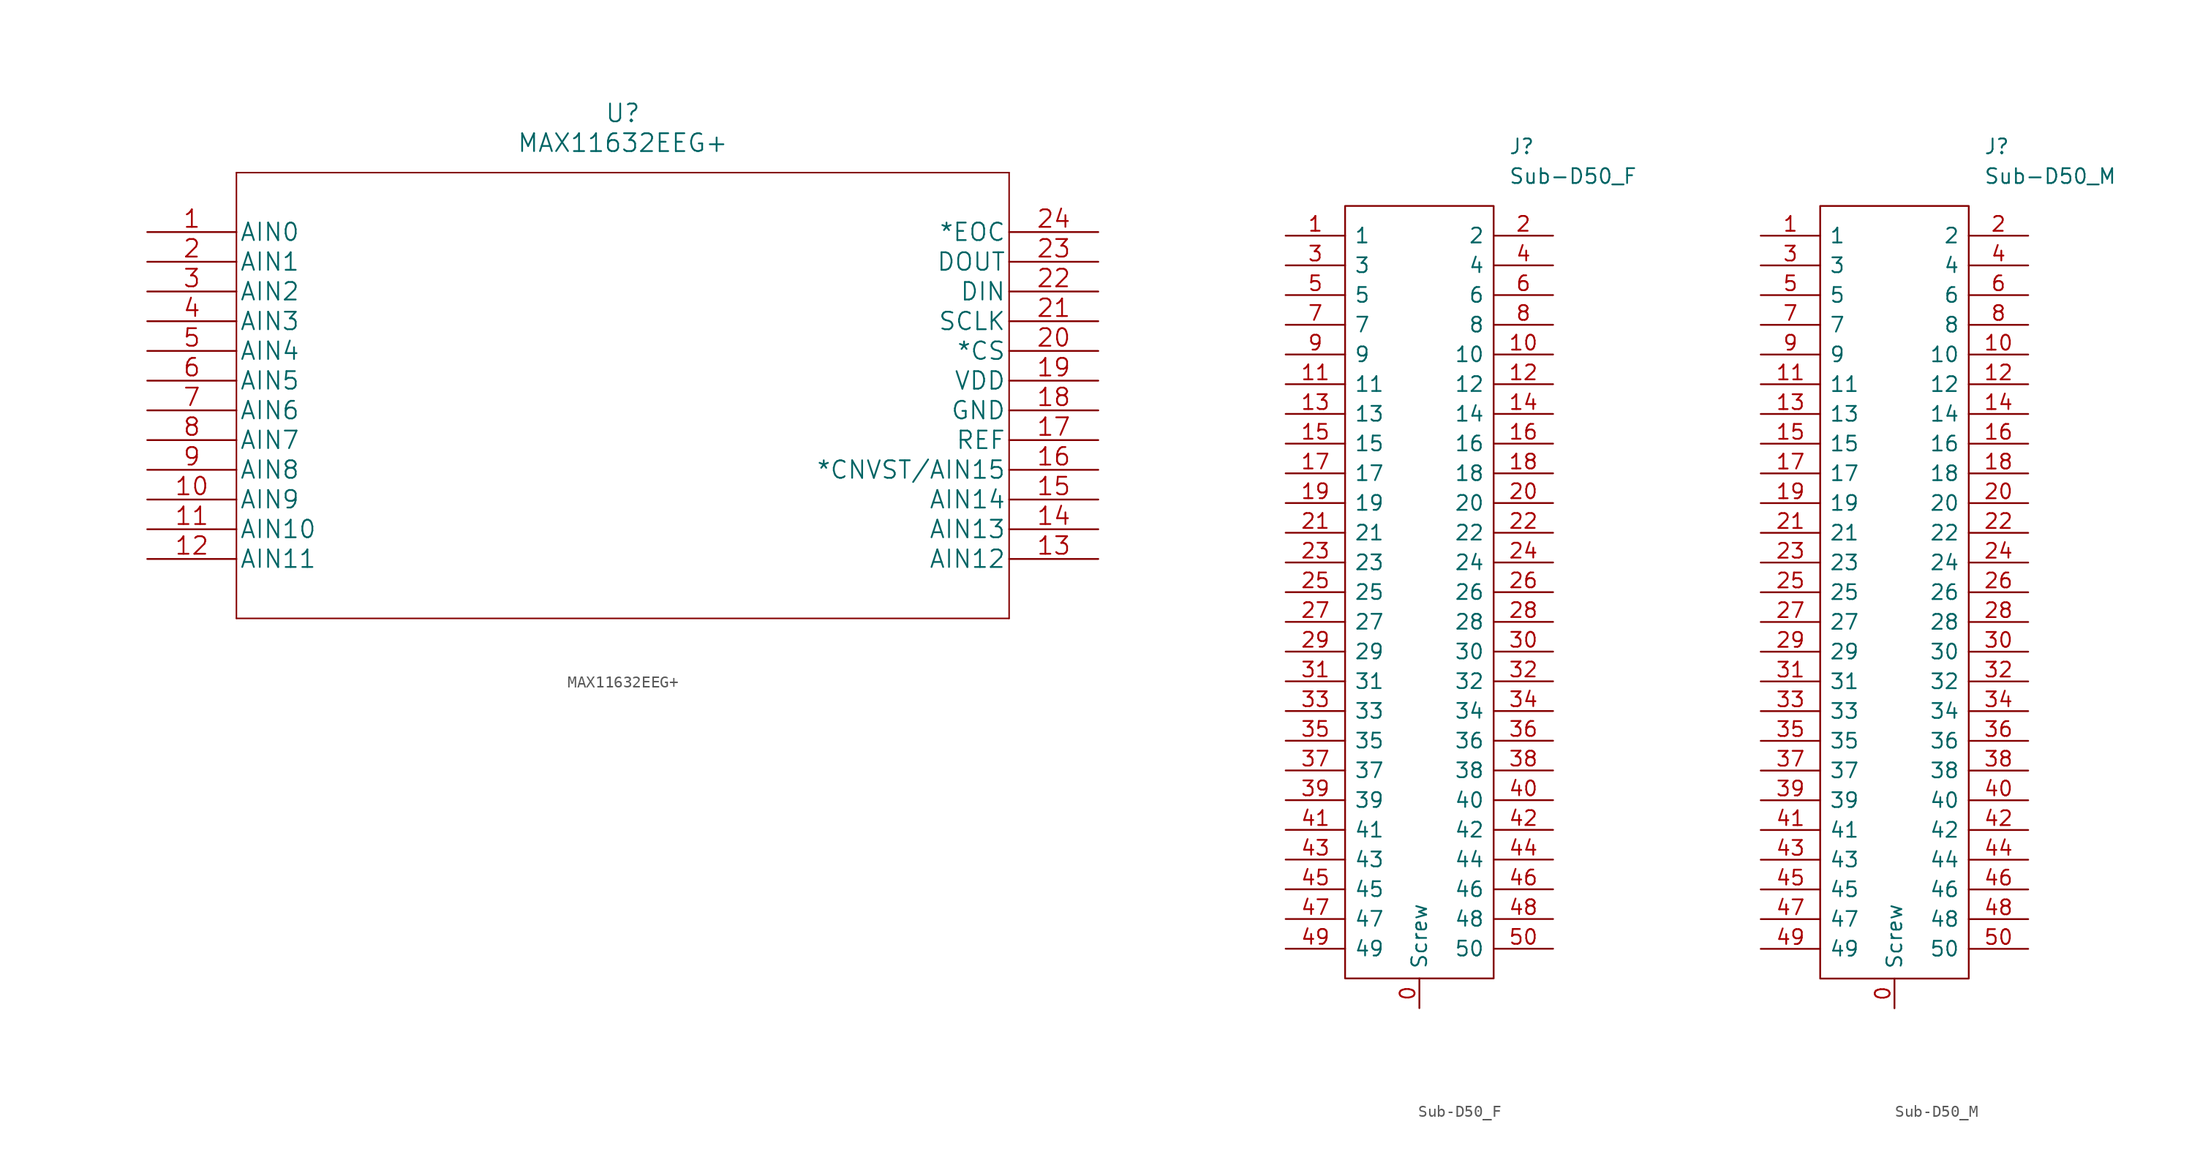
<source format=kicad_sym>
(kicad_symbol_lib
  (version 20211014)
  (generator kicad_symbol_editor)
  (symbol "MAX11632EEG+"
    (pin_names
      (offset 0.254))
    (property "Reference" "U"
      (at 40.64 10.16 0)
      (effects (font (size 1.524 1.524))))
    (property "Value" "MAX11632EEG+"
      (at 40.64 7.62 0)
      (effects (font (size 1.524 1.524))))
    (property "Datasheet" ""
      (at 0 0 0)
      (effects (font (size 1.524 1.524))))
    (symbol "MAX11632EEG+_1_0"
      (polyline (pts (xy 7.62 -33.02) (xy 73.66 -33.02)) (stroke (width 0.127) (type default) (color 0 0 0 0)) (fill (type none)))
      (polyline (pts (xy 7.62 5.08) (xy 7.62 -33.02)) (stroke (width 0.127) (type default) (color 0 0 0 0)) (fill (type none)))
      (polyline (pts (xy 73.66 -33.02) (xy 73.66 5.08)) (stroke (width 0.127) (type default) (color 0 0 0 0)) (fill (type none)))
      (polyline (pts (xy 73.66 5.08) (xy 7.62 5.08)) (stroke (width 0.127) (type default) (color 0 0 0 0)) (fill (type none)))
      (pin input line (at 0 0 0) (length 7.62) (name "AIN0" (effects (font (size 1.499 1.499)))) (number "1" (effects (font (size 1.499 1.499)))))
      (pin input line (at 0 -22.86 0) (length 7.62) (name "AIN9" (effects (font (size 1.499 1.499)))) (number "10" (effects (font (size 1.499 1.499)))))
      (pin input line (at 0 -25.4 0) (length 7.62) (name "AIN10" (effects (font (size 1.499 1.499)))) (number "11" (effects (font (size 1.499 1.499)))))
      (pin input line (at 0 -27.94 0) (length 7.62) (name "AIN11" (effects (font (size 1.499 1.499)))) (number "12" (effects (font (size 1.499 1.499)))))
      (pin input line (at 81.28 -27.94 180) (length 7.62) (name "AIN12" (effects (font (size 1.499 1.499)))) (number "13" (effects (font (size 1.499 1.499)))))
      (pin input line (at 81.28 -25.4 180) (length 7.62) (name "AIN13" (effects (font (size 1.499 1.499)))) (number "14" (effects (font (size 1.499 1.499)))))
      (pin input line (at 81.28 -22.86 180) (length 7.62) (name "AIN14" (effects (font (size 1.499 1.499)))) (number "15" (effects (font (size 1.499 1.499)))))
      (pin unspecified line (at 81.28 -20.32 180) (length 7.62) (name "*CNVST/AIN15" (effects (font (size 1.499 1.499)))) (number "16" (effects (font (size 1.499 1.499)))))
      (pin unspecified line (at 81.28 -17.78 180) (length 7.62) (name "REF" (effects (font (size 1.499 1.499)))) (number "17" (effects (font (size 1.499 1.499)))))
      (pin power_in line (at 81.28 -15.24 180) (length 7.62) (name "GND" (effects (font (size 1.499 1.499)))) (number "18" (effects (font (size 1.499 1.499)))))
      (pin power_in line (at 81.28 -12.7 180) (length 7.62) (name "VDD" (effects (font (size 1.499 1.499)))) (number "19" (effects (font (size 1.499 1.499)))))
      (pin input line (at 0 -2.54 0) (length 7.62) (name "AIN1" (effects (font (size 1.499 1.499)))) (number "2" (effects (font (size 1.499 1.499)))))
      (pin unspecified line (at 81.28 -10.16 180) (length 7.62) (name "*CS" (effects (font (size 1.499 1.499)))) (number "20" (effects (font (size 1.499 1.499)))))
      (pin unspecified line (at 81.28 -7.62 180) (length 7.62) (name "SCLK" (effects (font (size 1.499 1.499)))) (number "21" (effects (font (size 1.499 1.499)))))
      (pin input line (at 81.28 -5.08 180) (length 7.62) (name "DIN" (effects (font (size 1.499 1.499)))) (number "22" (effects (font (size 1.499 1.499)))))
      (pin output line (at 81.28 -2.54 180) (length 7.62) (name "DOUT" (effects (font (size 1.499 1.499)))) (number "23" (effects (font (size 1.499 1.499)))))
      (pin unspecified line (at 81.28 0 180) (length 7.62) (name "*EOC" (effects (font (size 1.499 1.499)))) (number "24" (effects (font (size 1.499 1.499)))))
      (pin input line (at 0 -5.08 0) (length 7.62) (name "AIN2" (effects (font (size 1.499 1.499)))) (number "3" (effects (font (size 1.499 1.499)))))
      (pin input line (at 0 -7.62 0) (length 7.62) (name "AIN3" (effects (font (size 1.499 1.499)))) (number "4" (effects (font (size 1.499 1.499)))))
      (pin input line (at 0 -10.16 0) (length 7.62) (name "AIN4" (effects (font (size 1.499 1.499)))) (number "5" (effects (font (size 1.499 1.499)))))
      (pin input line (at 0 -12.7 0) (length 7.62) (name "AIN5" (effects (font (size 1.499 1.499)))) (number "6" (effects (font (size 1.499 1.499)))))
      (pin input line (at 0 -15.24 0) (length 7.62) (name "AIN6" (effects (font (size 1.499 1.499)))) (number "7" (effects (font (size 1.499 1.499)))))
      (pin input line (at 0 -17.78 0) (length 7.62) (name "AIN7" (effects (font (size 1.499 1.499)))) (number "8" (effects (font (size 1.499 1.499)))))
      (pin input line (at 0 -20.32 0) (length 7.62) (name "AIN8" (effects (font (size 1.499 1.499)))) (number "9" (effects (font (size 1.499 1.499)))))))
  (symbol "Sub-D50_F"
    (pin_names
      (offset 0.762))
    (property "Reference" "J"
      (at 19.05 7.62 0)
      (effects (font (size 1.27 1.27)) (justify left)))
    (property "Value" "Sub-D50_F"
      (at 19.05 5.08 0)
      (effects (font (size 1.27 1.27)) (justify left)))
    (symbol "Sub-D50_F_0_0"
      (pin unspecified line (at 0 0 0) (length 5.08) (name "1" (effects (font (size 1.27 1.27)))) (number "1" (effects (font (size 1.27 1.27)))))
      (pin unspecified line (at 22.86 -10.16 180) (length 5.08) (name "10" (effects (font (size 1.27 1.27)))) (number "10" (effects (font (size 1.27 1.27)))))
      (pin unspecified line (at 0 -12.7 0) (length 5.08) (name "11" (effects (font (size 1.27 1.27)))) (number "11" (effects (font (size 1.27 1.27)))))
      (pin unspecified line (at 22.86 -12.7 180) (length 5.08) (name "12" (effects (font (size 1.27 1.27)))) (number "12" (effects (font (size 1.27 1.27)))))
      (pin unspecified line (at 0 -15.24 0) (length 5.08) (name "13" (effects (font (size 1.27 1.27)))) (number "13" (effects (font (size 1.27 1.27)))))
      (pin unspecified line (at 22.86 -15.24 180) (length 5.08) (name "14" (effects (font (size 1.27 1.27)))) (number "14" (effects (font (size 1.27 1.27)))))
      (pin unspecified line (at 0 -17.78 0) (length 5.08) (name "15" (effects (font (size 1.27 1.27)))) (number "15" (effects (font (size 1.27 1.27)))))
      (pin unspecified line (at 22.86 -17.78 180) (length 5.08) (name "16" (effects (font (size 1.27 1.27)))) (number "16" (effects (font (size 1.27 1.27)))))
      (pin unspecified line (at 0 -20.32 0) (length 5.08) (name "17" (effects (font (size 1.27 1.27)))) (number "17" (effects (font (size 1.27 1.27)))))
      (pin unspecified line (at 22.86 -20.32 180) (length 5.08) (name "18" (effects (font (size 1.27 1.27)))) (number "18" (effects (font (size 1.27 1.27)))))
      (pin unspecified line (at 0 -22.86 0) (length 5.08) (name "19" (effects (font (size 1.27 1.27)))) (number "19" (effects (font (size 1.27 1.27)))))
      (pin unspecified line (at 22.86 0 180) (length 5.08) (name "2" (effects (font (size 1.27 1.27)))) (number "2" (effects (font (size 1.27 1.27)))))
      (pin unspecified line (at 22.86 -22.86 180) (length 5.08) (name "20" (effects (font (size 1.27 1.27)))) (number "20" (effects (font (size 1.27 1.27)))))
      (pin unspecified line (at 0 -25.4 0) (length 5.08) (name "21" (effects (font (size 1.27 1.27)))) (number "21" (effects (font (size 1.27 1.27)))))
      (pin unspecified line (at 22.86 -25.4 180) (length 5.08) (name "22" (effects (font (size 1.27 1.27)))) (number "22" (effects (font (size 1.27 1.27)))))
      (pin unspecified line (at 0 -27.94 0) (length 5.08) (name "23" (effects (font (size 1.27 1.27)))) (number "23" (effects (font (size 1.27 1.27)))))
      (pin unspecified line (at 22.86 -27.94 180) (length 5.08) (name "24" (effects (font (size 1.27 1.27)))) (number "24" (effects (font (size 1.27 1.27)))))
      (pin unspecified line (at 0 -30.48 0) (length 5.08) (name "25" (effects (font (size 1.27 1.27)))) (number "25" (effects (font (size 1.27 1.27)))))
      (pin unspecified line (at 22.86 -30.48 180) (length 5.08) (name "26" (effects (font (size 1.27 1.27)))) (number "26" (effects (font (size 1.27 1.27)))))
      (pin unspecified line (at 0 -33.02 0) (length 5.08) (name "27" (effects (font (size 1.27 1.27)))) (number "27" (effects (font (size 1.27 1.27)))))
      (pin unspecified line (at 22.86 -33.02 180) (length 5.08) (name "28" (effects (font (size 1.27 1.27)))) (number "28" (effects (font (size 1.27 1.27)))))
      (pin unspecified line (at 0 -35.56 0) (length 5.08) (name "29" (effects (font (size 1.27 1.27)))) (number "29" (effects (font (size 1.27 1.27)))))
      (pin unspecified line (at 0 -2.54 0) (length 5.08) (name "3" (effects (font (size 1.27 1.27)))) (number "3" (effects (font (size 1.27 1.27)))))
      (pin unspecified line (at 22.86 -35.56 180) (length 5.08) (name "30" (effects (font (size 1.27 1.27)))) (number "30" (effects (font (size 1.27 1.27)))))
      (pin unspecified line (at 0 -38.1 0) (length 5.08) (name "31" (effects (font (size 1.27 1.27)))) (number "31" (effects (font (size 1.27 1.27)))))
      (pin unspecified line (at 22.86 -38.1 180) (length 5.08) (name "32" (effects (font (size 1.27 1.27)))) (number "32" (effects (font (size 1.27 1.27)))))
      (pin unspecified line (at 0 -40.64 0) (length 5.08) (name "33" (effects (font (size 1.27 1.27)))) (number "33" (effects (font (size 1.27 1.27)))))
      (pin unspecified line (at 22.86 -40.64 180) (length 5.08) (name "34" (effects (font (size 1.27 1.27)))) (number "34" (effects (font (size 1.27 1.27)))))
      (pin unspecified line (at 0 -43.18 0) (length 5.08) (name "35" (effects (font (size 1.27 1.27)))) (number "35" (effects (font (size 1.27 1.27)))))
      (pin unspecified line (at 22.86 -43.18 180) (length 5.08) (name "36" (effects (font (size 1.27 1.27)))) (number "36" (effects (font (size 1.27 1.27)))))
      (pin unspecified line (at 0 -45.72 0) (length 5.08) (name "37" (effects (font (size 1.27 1.27)))) (number "37" (effects (font (size 1.27 1.27)))))
      (pin unspecified line (at 22.86 -45.72 180) (length 5.08) (name "38" (effects (font (size 1.27 1.27)))) (number "38" (effects (font (size 1.27 1.27)))))
      (pin unspecified line (at 0 -48.26 0) (length 5.08) (name "39" (effects (font (size 1.27 1.27)))) (number "39" (effects (font (size 1.27 1.27)))))
      (pin unspecified line (at 22.86 -2.54 180) (length 5.08) (name "4" (effects (font (size 1.27 1.27)))) (number "4" (effects (font (size 1.27 1.27)))))
      (pin unspecified line (at 22.86 -48.26 180) (length 5.08) (name "40" (effects (font (size 1.27 1.27)))) (number "40" (effects (font (size 1.27 1.27)))))
      (pin unspecified line (at 0 -50.8 0) (length 5.08) (name "41" (effects (font (size 1.27 1.27)))) (number "41" (effects (font (size 1.27 1.27)))))
      (pin unspecified line (at 22.86 -50.8 180) (length 5.08) (name "42" (effects (font (size 1.27 1.27)))) (number "42" (effects (font (size 1.27 1.27)))))
      (pin unspecified line (at 0 -53.34 0) (length 5.08) (name "43" (effects (font (size 1.27 1.27)))) (number "43" (effects (font (size 1.27 1.27)))))
      (pin unspecified line (at 22.86 -53.34 180) (length 5.08) (name "44" (effects (font (size 1.27 1.27)))) (number "44" (effects (font (size 1.27 1.27)))))
      (pin unspecified line (at 0 -55.88 0) (length 5.08) (name "45" (effects (font (size 1.27 1.27)))) (number "45" (effects (font (size 1.27 1.27)))))
      (pin unspecified line (at 22.86 -55.88 180) (length 5.08) (name "46" (effects (font (size 1.27 1.27)))) (number "46" (effects (font (size 1.27 1.27)))))
      (pin unspecified line (at 0 -58.42 0) (length 5.08) (name "47" (effects (font (size 1.27 1.27)))) (number "47" (effects (font (size 1.27 1.27)))))
      (pin unspecified line (at 22.86 -58.42 180) (length 5.08) (name "48" (effects (font (size 1.27 1.27)))) (number "48" (effects (font (size 1.27 1.27)))))
      (pin unspecified line (at 0 -60.96 0) (length 5.08) (name "49" (effects (font (size 1.27 1.27)))) (number "49" (effects (font (size 1.27 1.27)))))
      (pin unspecified line (at 0 -5.08 0) (length 5.08) (name "5" (effects (font (size 1.27 1.27)))) (number "5" (effects (font (size 1.27 1.27)))))
      (pin unspecified line (at 22.86 -60.96 180) (length 5.08) (name "50" (effects (font (size 1.27 1.27)))) (number "50" (effects (font (size 1.27 1.27)))))
      (pin unspecified line (at 22.86 -5.08 180) (length 5.08) (name "6" (effects (font (size 1.27 1.27)))) (number "6" (effects (font (size 1.27 1.27)))))
      (pin unspecified line (at 0 -7.62 0) (length 5.08) (name "7" (effects (font (size 1.27 1.27)))) (number "7" (effects (font (size 1.27 1.27)))))
      (pin unspecified line (at 22.86 -7.62 180) (length 5.08) (name "8" (effects (font (size 1.27 1.27)))) (number "8" (effects (font (size 1.27 1.27)))))
      (pin unspecified line (at 0 -10.16 0) (length 5.08) (name "9" (effects (font (size 1.27 1.27)))) (number "9" (effects (font (size 1.27 1.27))))))
    (symbol "Sub-D50_F_0_1"
      (polyline (pts (xy 5.08 2.54) (xy 17.78 2.54) (xy 17.78 -63.5) (xy 5.08 -63.5) (xy 5.08 2.54)) (stroke (width 0.152) (type default) (color 0 0 0 0)) (fill (type none))))
    (symbol "Sub-D50_F_1_1"
      (pin unspecified line (at 11.43 -66.04 90) (length 2.54) (name "Screw" (effects (font (size 1.27 1.27)))) (number "0" (effects (font (size 1.27 1.27)))))))
  (symbol "Sub-D50_M"
    (pin_names
      (offset 0.762))
    (property "Reference" "J"
      (at 19.05 7.62 0)
      (effects (font (size 1.27 1.27)) (justify left)))
    (property "Value" "Sub-D50_M"
      (at 19.05 5.08 0)
      (effects (font (size 1.27 1.27)) (justify left)))
    (symbol "Sub-D50_M_0_0"
      (pin unspecified line (at 0 0 0) (length 5.08) (name "1" (effects (font (size 1.27 1.27)))) (number "1" (effects (font (size 1.27 1.27)))))
      (pin unspecified line (at 22.86 -10.16 180) (length 5.08) (name "10" (effects (font (size 1.27 1.27)))) (number "10" (effects (font (size 1.27 1.27)))))
      (pin unspecified line (at 0 -12.7 0) (length 5.08) (name "11" (effects (font (size 1.27 1.27)))) (number "11" (effects (font (size 1.27 1.27)))))
      (pin unspecified line (at 22.86 -12.7 180) (length 5.08) (name "12" (effects (font (size 1.27 1.27)))) (number "12" (effects (font (size 1.27 1.27)))))
      (pin unspecified line (at 0 -15.24 0) (length 5.08) (name "13" (effects (font (size 1.27 1.27)))) (number "13" (effects (font (size 1.27 1.27)))))
      (pin unspecified line (at 22.86 -15.24 180) (length 5.08) (name "14" (effects (font (size 1.27 1.27)))) (number "14" (effects (font (size 1.27 1.27)))))
      (pin unspecified line (at 0 -17.78 0) (length 5.08) (name "15" (effects (font (size 1.27 1.27)))) (number "15" (effects (font (size 1.27 1.27)))))
      (pin unspecified line (at 22.86 -17.78 180) (length 5.08) (name "16" (effects (font (size 1.27 1.27)))) (number "16" (effects (font (size 1.27 1.27)))))
      (pin unspecified line (at 0 -20.32 0) (length 5.08) (name "17" (effects (font (size 1.27 1.27)))) (number "17" (effects (font (size 1.27 1.27)))))
      (pin unspecified line (at 22.86 -20.32 180) (length 5.08) (name "18" (effects (font (size 1.27 1.27)))) (number "18" (effects (font (size 1.27 1.27)))))
      (pin unspecified line (at 0 -22.86 0) (length 5.08) (name "19" (effects (font (size 1.27 1.27)))) (number "19" (effects (font (size 1.27 1.27)))))
      (pin unspecified line (at 22.86 0 180) (length 5.08) (name "2" (effects (font (size 1.27 1.27)))) (number "2" (effects (font (size 1.27 1.27)))))
      (pin unspecified line (at 22.86 -22.86 180) (length 5.08) (name "20" (effects (font (size 1.27 1.27)))) (number "20" (effects (font (size 1.27 1.27)))))
      (pin unspecified line (at 0 -25.4 0) (length 5.08) (name "21" (effects (font (size 1.27 1.27)))) (number "21" (effects (font (size 1.27 1.27)))))
      (pin unspecified line (at 22.86 -25.4 180) (length 5.08) (name "22" (effects (font (size 1.27 1.27)))) (number "22" (effects (font (size 1.27 1.27)))))
      (pin unspecified line (at 0 -27.94 0) (length 5.08) (name "23" (effects (font (size 1.27 1.27)))) (number "23" (effects (font (size 1.27 1.27)))))
      (pin unspecified line (at 22.86 -27.94 180) (length 5.08) (name "24" (effects (font (size 1.27 1.27)))) (number "24" (effects (font (size 1.27 1.27)))))
      (pin unspecified line (at 0 -30.48 0) (length 5.08) (name "25" (effects (font (size 1.27 1.27)))) (number "25" (effects (font (size 1.27 1.27)))))
      (pin unspecified line (at 22.86 -30.48 180) (length 5.08) (name "26" (effects (font (size 1.27 1.27)))) (number "26" (effects (font (size 1.27 1.27)))))
      (pin unspecified line (at 0 -33.02 0) (length 5.08) (name "27" (effects (font (size 1.27 1.27)))) (number "27" (effects (font (size 1.27 1.27)))))
      (pin unspecified line (at 22.86 -33.02 180) (length 5.08) (name "28" (effects (font (size 1.27 1.27)))) (number "28" (effects (font (size 1.27 1.27)))))
      (pin unspecified line (at 0 -35.56 0) (length 5.08) (name "29" (effects (font (size 1.27 1.27)))) (number "29" (effects (font (size 1.27 1.27)))))
      (pin unspecified line (at 0 -2.54 0) (length 5.08) (name "3" (effects (font (size 1.27 1.27)))) (number "3" (effects (font (size 1.27 1.27)))))
      (pin unspecified line (at 22.86 -35.56 180) (length 5.08) (name "30" (effects (font (size 1.27 1.27)))) (number "30" (effects (font (size 1.27 1.27)))))
      (pin unspecified line (at 0 -38.1 0) (length 5.08) (name "31" (effects (font (size 1.27 1.27)))) (number "31" (effects (font (size 1.27 1.27)))))
      (pin unspecified line (at 22.86 -38.1 180) (length 5.08) (name "32" (effects (font (size 1.27 1.27)))) (number "32" (effects (font (size 1.27 1.27)))))
      (pin unspecified line (at 0 -40.64 0) (length 5.08) (name "33" (effects (font (size 1.27 1.27)))) (number "33" (effects (font (size 1.27 1.27)))))
      (pin unspecified line (at 22.86 -40.64 180) (length 5.08) (name "34" (effects (font (size 1.27 1.27)))) (number "34" (effects (font (size 1.27 1.27)))))
      (pin unspecified line (at 0 -43.18 0) (length 5.08) (name "35" (effects (font (size 1.27 1.27)))) (number "35" (effects (font (size 1.27 1.27)))))
      (pin unspecified line (at 22.86 -43.18 180) (length 5.08) (name "36" (effects (font (size 1.27 1.27)))) (number "36" (effects (font (size 1.27 1.27)))))
      (pin unspecified line (at 0 -45.72 0) (length 5.08) (name "37" (effects (font (size 1.27 1.27)))) (number "37" (effects (font (size 1.27 1.27)))))
      (pin unspecified line (at 22.86 -45.72 180) (length 5.08) (name "38" (effects (font (size 1.27 1.27)))) (number "38" (effects (font (size 1.27 1.27)))))
      (pin unspecified line (at 0 -48.26 0) (length 5.08) (name "39" (effects (font (size 1.27 1.27)))) (number "39" (effects (font (size 1.27 1.27)))))
      (pin unspecified line (at 22.86 -2.54 180) (length 5.08) (name "4" (effects (font (size 1.27 1.27)))) (number "4" (effects (font (size 1.27 1.27)))))
      (pin unspecified line (at 22.86 -48.26 180) (length 5.08) (name "40" (effects (font (size 1.27 1.27)))) (number "40" (effects (font (size 1.27 1.27)))))
      (pin unspecified line (at 0 -50.8 0) (length 5.08) (name "41" (effects (font (size 1.27 1.27)))) (number "41" (effects (font (size 1.27 1.27)))))
      (pin unspecified line (at 22.86 -50.8 180) (length 5.08) (name "42" (effects (font (size 1.27 1.27)))) (number "42" (effects (font (size 1.27 1.27)))))
      (pin unspecified line (at 0 -53.34 0) (length 5.08) (name "43" (effects (font (size 1.27 1.27)))) (number "43" (effects (font (size 1.27 1.27)))))
      (pin unspecified line (at 22.86 -53.34 180) (length 5.08) (name "44" (effects (font (size 1.27 1.27)))) (number "44" (effects (font (size 1.27 1.27)))))
      (pin unspecified line (at 0 -55.88 0) (length 5.08) (name "45" (effects (font (size 1.27 1.27)))) (number "45" (effects (font (size 1.27 1.27)))))
      (pin unspecified line (at 22.86 -55.88 180) (length 5.08) (name "46" (effects (font (size 1.27 1.27)))) (number "46" (effects (font (size 1.27 1.27)))))
      (pin unspecified line (at 0 -58.42 0) (length 5.08) (name "47" (effects (font (size 1.27 1.27)))) (number "47" (effects (font (size 1.27 1.27)))))
      (pin unspecified line (at 22.86 -58.42 180) (length 5.08) (name "48" (effects (font (size 1.27 1.27)))) (number "48" (effects (font (size 1.27 1.27)))))
      (pin unspecified line (at 0 -60.96 0) (length 5.08) (name "49" (effects (font (size 1.27 1.27)))) (number "49" (effects (font (size 1.27 1.27)))))
      (pin unspecified line (at 0 -5.08 0) (length 5.08) (name "5" (effects (font (size 1.27 1.27)))) (number "5" (effects (font (size 1.27 1.27)))))
      (pin unspecified line (at 22.86 -60.96 180) (length 5.08) (name "50" (effects (font (size 1.27 1.27)))) (number "50" (effects (font (size 1.27 1.27)))))
      (pin unspecified line (at 22.86 -5.08 180) (length 5.08) (name "6" (effects (font (size 1.27 1.27)))) (number "6" (effects (font (size 1.27 1.27)))))
      (pin unspecified line (at 0 -7.62 0) (length 5.08) (name "7" (effects (font (size 1.27 1.27)))) (number "7" (effects (font (size 1.27 1.27)))))
      (pin unspecified line (at 22.86 -7.62 180) (length 5.08) (name "8" (effects (font (size 1.27 1.27)))) (number "8" (effects (font (size 1.27 1.27)))))
      (pin unspecified line (at 0 -10.16 0) (length 5.08) (name "9" (effects (font (size 1.27 1.27)))) (number "9" (effects (font (size 1.27 1.27))))))
    (symbol "Sub-D50_M_0_1"
      (polyline (pts (xy 5.08 2.54) (xy 17.78 2.54) (xy 17.78 -63.5) (xy 5.08 -63.5) (xy 5.08 2.54)) (stroke (width 0.152) (type default) (color 0 0 0 0)) (fill (type none))))
    (symbol "Sub-D50_M_1_1"
      (pin unspecified line (at 11.43 -66.04 90) (length 2.54) (name "Screw" (effects (font (size 1.27 1.27)))) (number "0" (effects (font (size 1.27 1.27))))))))
</source>
